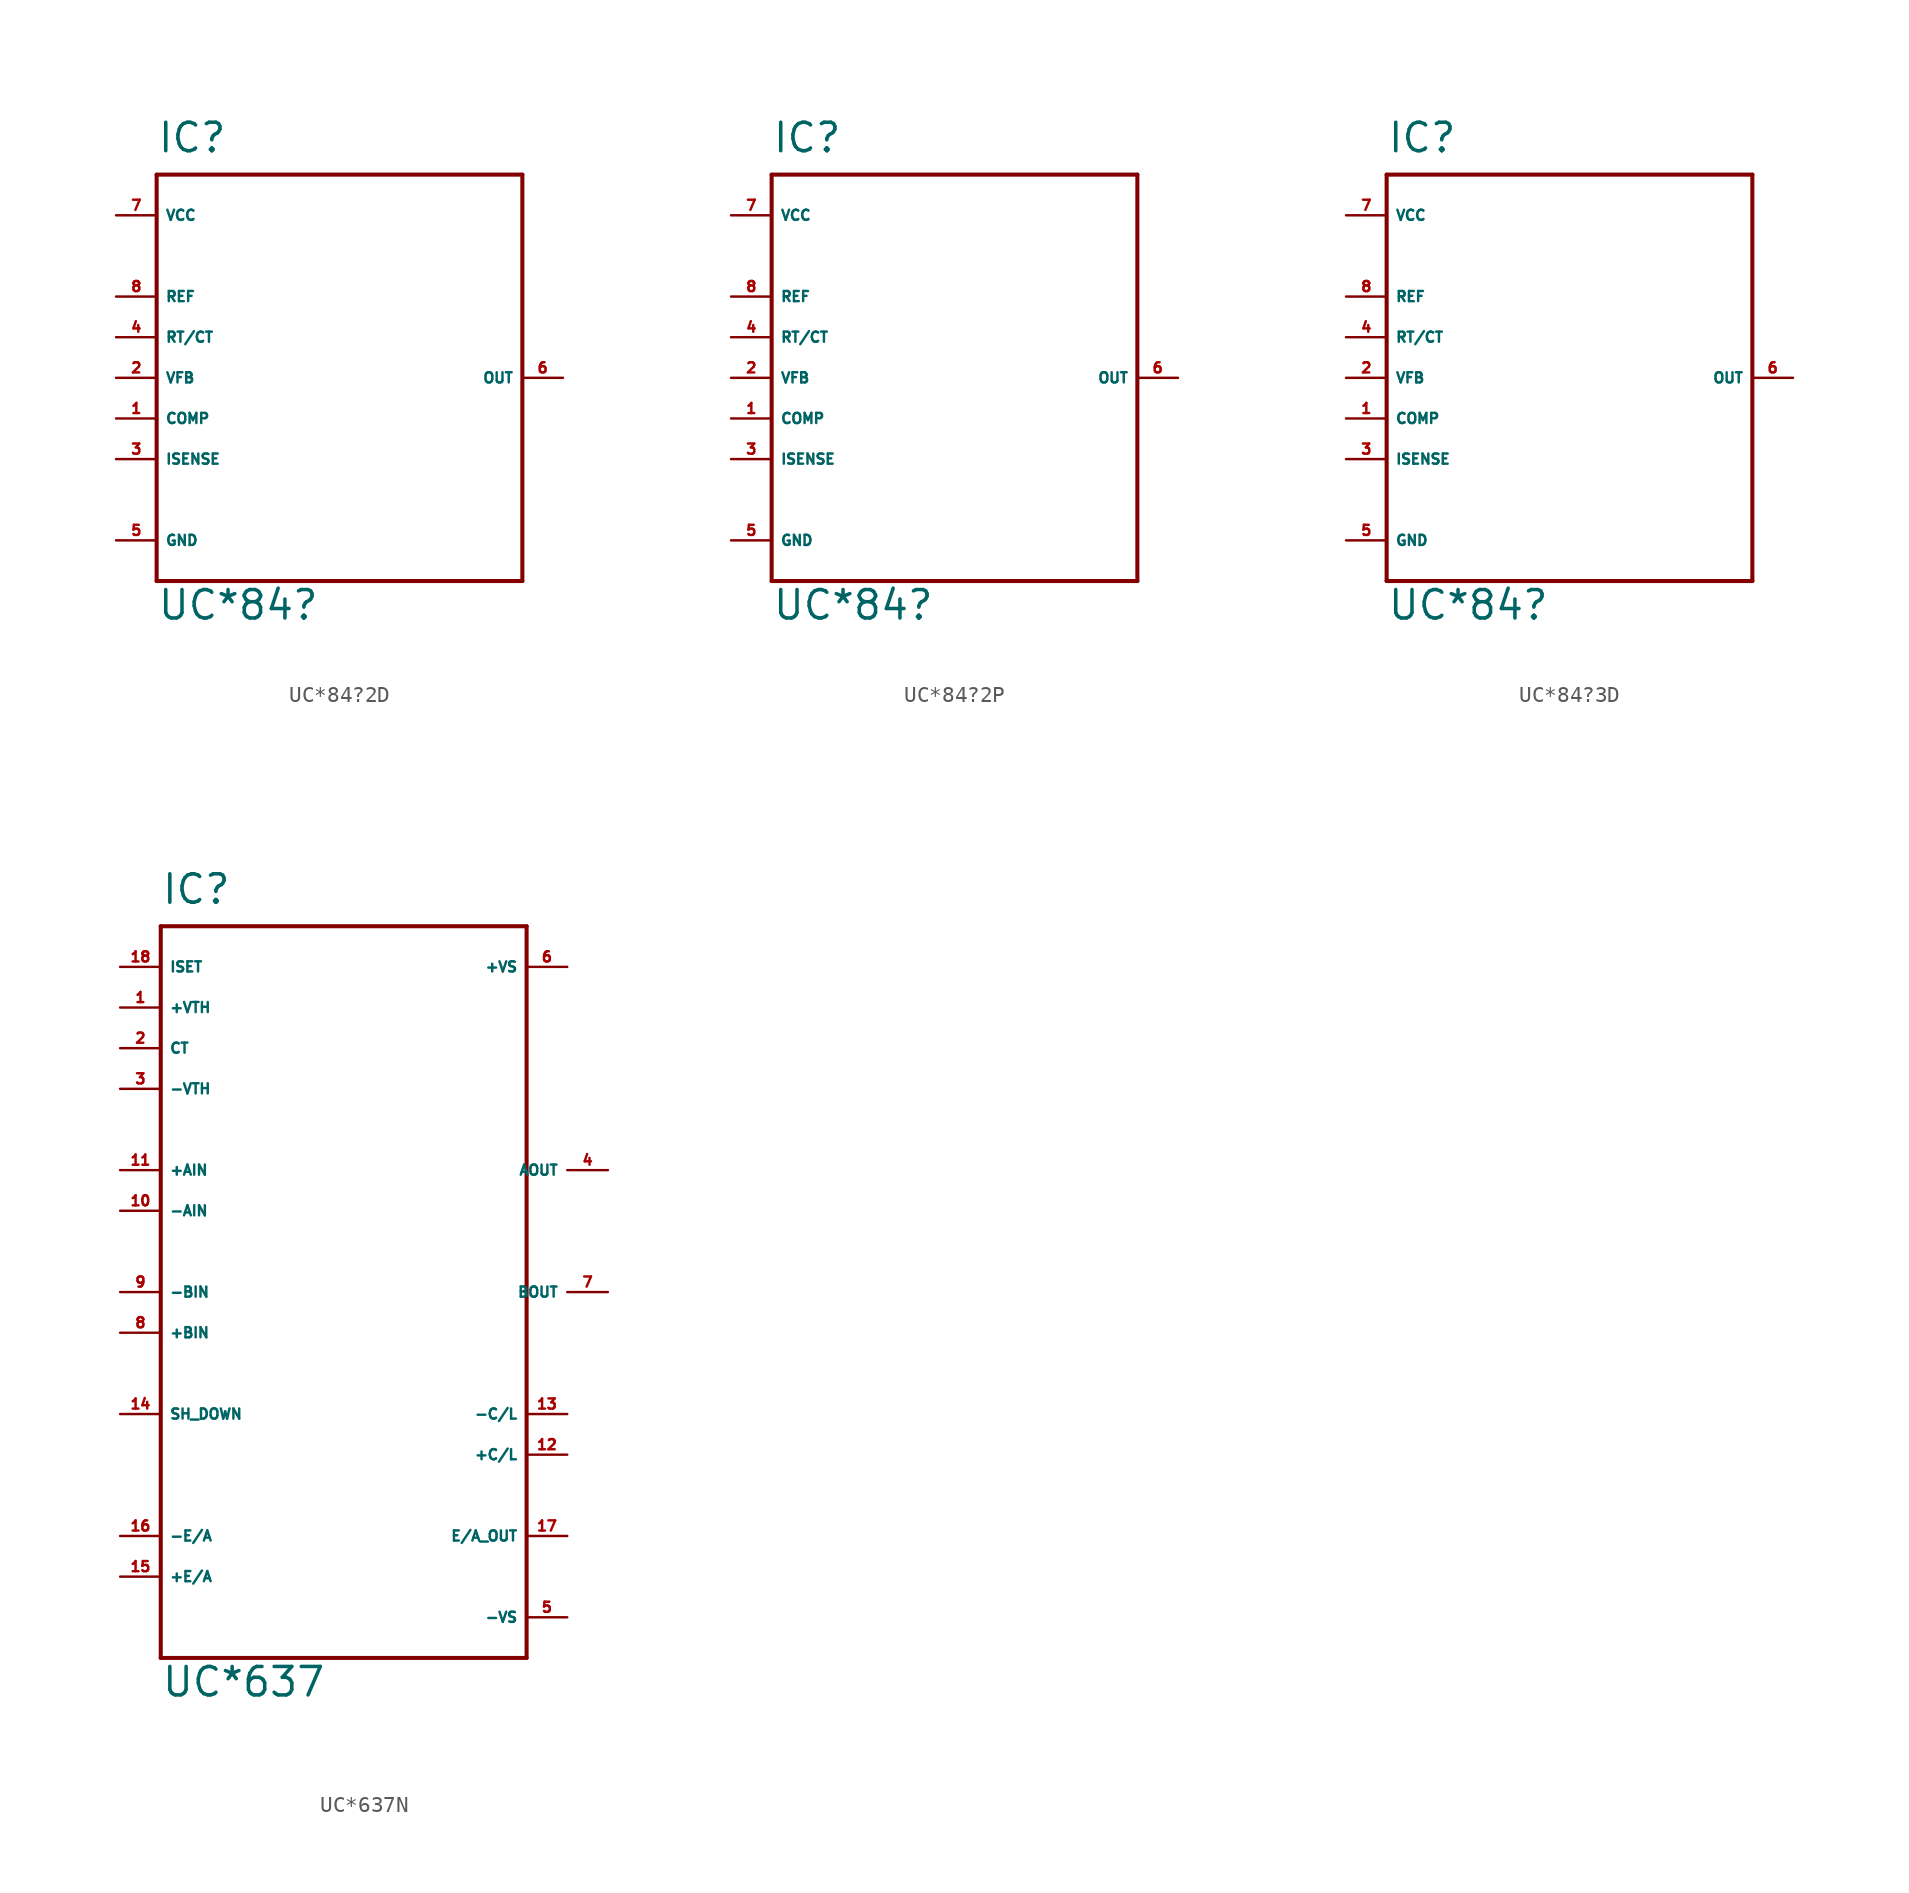
<source format=kicad_sym>
(kicad_symbol_lib
  (version 20220914)
  (generator Eagle2Kicad)
  (symbol "UC*84?2D"
    (property "Reference" "IC"
      (at -10.16 13.97 0)
      (effects (font (size 1.778 1.778) (thickness 0.22)) (justify left bottom)))
    (property "Value" "UC*84?"
      (at -10.16 -15.24 0)
      (effects (font (size 1.778 1.778) (thickness 0.22)) (justify left bottom)))
    (polyline
      (pts (xy -10.16 12.7) (xy 12.7 12.7))
      (stroke (width 0.254) (type default))
      (fill (type none)))
    (polyline
      (pts (xy 12.7 12.7) (xy 12.7 -12.7))
      (stroke (width 0.254) (type default))
      (fill (type none)))
    (polyline
      (pts (xy 12.7 -12.7) (xy -10.16 -12.7))
      (stroke (width 0.254) (type default))
      (fill (type none)))
    (polyline
      (pts (xy -10.16 -12.7) (xy -10.16 12.7))
      (stroke (width 0.254) (type default))
      (fill (type none)))
    (pin input line
      (at -12.7 2.54 0)
      (length 2.54)
      (name "RT/CT" (effects (font (size 0.635 0.635) (thickness 0.08)) (justify left bottom)))
      (number "4" (effects (font (size 0.635 0.635) (thickness 0.08)) (justify left bottom))))
    (pin input line
      (at -12.7 0 0)
      (length 2.54)
      (name "VFB" (effects (font (size 0.635 0.635) (thickness 0.08)) (justify left bottom)))
      (number "2" (effects (font (size 0.635 0.635) (thickness 0.08)) (justify left bottom))))
    (pin passive line
      (at -12.7 -2.54 0)
      (length 2.54)
      (name "COMP" (effects (font (size 0.635 0.635) (thickness 0.08)) (justify left bottom)))
      (number "1" (effects (font (size 0.635 0.635) (thickness 0.08)) (justify left bottom))))
    (pin input line
      (at -12.7 -5.08 0)
      (length 2.54)
      (name "ISENSE" (effects (font (size 0.635 0.635) (thickness 0.08)) (justify left bottom)))
      (number "3" (effects (font (size 0.635 0.635) (thickness 0.08)) (justify left bottom))))
    (pin output line
      (at -12.7 5.08 0)
      (length 2.54)
      (name "REF" (effects (font (size 0.635 0.635) (thickness 0.08)) (justify left bottom)))
      (number "8" (effects (font (size 0.635 0.635) (thickness 0.08)) (justify left bottom))))
    (pin output line
      (at 15.24 0 180)
      (length 2.54)
      (name "OUT" (effects (font (size 0.635 0.635) (thickness 0.08)) (justify left bottom)))
      (number "6" (effects (font (size 0.635 0.635) (thickness 0.08)) (justify left bottom))))
    (pin unspecified line
      (at -12.7 -10.16 0)
      (length 2.54)
      (name "GND" (effects (font (size 0.635 0.635) (thickness 0.08)) (justify left bottom)))
      (number "5" (effects (font (size 0.635 0.635) (thickness 0.08)) (justify left bottom))))
    (pin unspecified line
      (at -12.7 10.16 0)
      (length 2.54)
      (name "VCC" (effects (font (size 0.635 0.635) (thickness 0.08)) (justify left bottom)))
      (number "7" (effects (font (size 0.635 0.635) (thickness 0.08)) (justify left bottom)))))
  (symbol "UC*84?2P"
    (property "Reference" "IC"
      (at -10.16 13.97 0)
      (effects (font (size 1.778 1.778) (thickness 0.22)) (justify left bottom)))
    (property "Value" "UC*84?"
      (at -10.16 -15.24 0)
      (effects (font (size 1.778 1.778) (thickness 0.22)) (justify left bottom)))
    (polyline
      (pts (xy -10.16 12.7) (xy 12.7 12.7))
      (stroke (width 0.254) (type default))
      (fill (type none)))
    (polyline
      (pts (xy 12.7 12.7) (xy 12.7 -12.7))
      (stroke (width 0.254) (type default))
      (fill (type none)))
    (polyline
      (pts (xy 12.7 -12.7) (xy -10.16 -12.7))
      (stroke (width 0.254) (type default))
      (fill (type none)))
    (polyline
      (pts (xy -10.16 -12.7) (xy -10.16 12.7))
      (stroke (width 0.254) (type default))
      (fill (type none)))
    (pin input line
      (at -12.7 2.54 0)
      (length 2.54)
      (name "RT/CT" (effects (font (size 0.635 0.635) (thickness 0.08)) (justify left bottom)))
      (number "4" (effects (font (size 0.635 0.635) (thickness 0.08)) (justify left bottom))))
    (pin input line
      (at -12.7 0 0)
      (length 2.54)
      (name "VFB" (effects (font (size 0.635 0.635) (thickness 0.08)) (justify left bottom)))
      (number "2" (effects (font (size 0.635 0.635) (thickness 0.08)) (justify left bottom))))
    (pin passive line
      (at -12.7 -2.54 0)
      (length 2.54)
      (name "COMP" (effects (font (size 0.635 0.635) (thickness 0.08)) (justify left bottom)))
      (number "1" (effects (font (size 0.635 0.635) (thickness 0.08)) (justify left bottom))))
    (pin input line
      (at -12.7 -5.08 0)
      (length 2.54)
      (name "ISENSE" (effects (font (size 0.635 0.635) (thickness 0.08)) (justify left bottom)))
      (number "3" (effects (font (size 0.635 0.635) (thickness 0.08)) (justify left bottom))))
    (pin output line
      (at -12.7 5.08 0)
      (length 2.54)
      (name "REF" (effects (font (size 0.635 0.635) (thickness 0.08)) (justify left bottom)))
      (number "8" (effects (font (size 0.635 0.635) (thickness 0.08)) (justify left bottom))))
    (pin output line
      (at 15.24 0 180)
      (length 2.54)
      (name "OUT" (effects (font (size 0.635 0.635) (thickness 0.08)) (justify left bottom)))
      (number "6" (effects (font (size 0.635 0.635) (thickness 0.08)) (justify left bottom))))
    (pin unspecified line
      (at -12.7 -10.16 0)
      (length 2.54)
      (name "GND" (effects (font (size 0.635 0.635) (thickness 0.08)) (justify left bottom)))
      (number "5" (effects (font (size 0.635 0.635) (thickness 0.08)) (justify left bottom))))
    (pin unspecified line
      (at -12.7 10.16 0)
      (length 2.54)
      (name "VCC" (effects (font (size 0.635 0.635) (thickness 0.08)) (justify left bottom)))
      (number "7" (effects (font (size 0.635 0.635) (thickness 0.08)) (justify left bottom)))))
  (symbol "UC*84?3D"
    (property "Reference" "IC"
      (at -10.16 13.97 0)
      (effects (font (size 1.778 1.778) (thickness 0.22)) (justify left bottom)))
    (property "Value" "UC*84?"
      (at -10.16 -15.24 0)
      (effects (font (size 1.778 1.778) (thickness 0.22)) (justify left bottom)))
    (polyline
      (pts (xy -10.16 12.7) (xy 12.7 12.7))
      (stroke (width 0.254) (type default))
      (fill (type none)))
    (polyline
      (pts (xy 12.7 12.7) (xy 12.7 -12.7))
      (stroke (width 0.254) (type default))
      (fill (type none)))
    (polyline
      (pts (xy 12.7 -12.7) (xy -10.16 -12.7))
      (stroke (width 0.254) (type default))
      (fill (type none)))
    (polyline
      (pts (xy -10.16 -12.7) (xy -10.16 12.7))
      (stroke (width 0.254) (type default))
      (fill (type none)))
    (pin input line
      (at -12.7 2.54 0)
      (length 2.54)
      (name "RT/CT" (effects (font (size 0.635 0.635) (thickness 0.08)) (justify left bottom)))
      (number "4" (effects (font (size 0.635 0.635) (thickness 0.08)) (justify left bottom))))
    (pin input line
      (at -12.7 0 0)
      (length 2.54)
      (name "VFB" (effects (font (size 0.635 0.635) (thickness 0.08)) (justify left bottom)))
      (number "2" (effects (font (size 0.635 0.635) (thickness 0.08)) (justify left bottom))))
    (pin passive line
      (at -12.7 -2.54 0)
      (length 2.54)
      (name "COMP" (effects (font (size 0.635 0.635) (thickness 0.08)) (justify left bottom)))
      (number "1" (effects (font (size 0.635 0.635) (thickness 0.08)) (justify left bottom))))
    (pin input line
      (at -12.7 -5.08 0)
      (length 2.54)
      (name "ISENSE" (effects (font (size 0.635 0.635) (thickness 0.08)) (justify left bottom)))
      (number "3" (effects (font (size 0.635 0.635) (thickness 0.08)) (justify left bottom))))
    (pin output line
      (at -12.7 5.08 0)
      (length 2.54)
      (name "REF" (effects (font (size 0.635 0.635) (thickness 0.08)) (justify left bottom)))
      (number "8" (effects (font (size 0.635 0.635) (thickness 0.08)) (justify left bottom))))
    (pin output line
      (at 15.24 0 180)
      (length 2.54)
      (name "OUT" (effects (font (size 0.635 0.635) (thickness 0.08)) (justify left bottom)))
      (number "6" (effects (font (size 0.635 0.635) (thickness 0.08)) (justify left bottom))))
    (pin unspecified line
      (at -12.7 -10.16 0)
      (length 2.54)
      (name "GND" (effects (font (size 0.635 0.635) (thickness 0.08)) (justify left bottom)))
      (number "5" (effects (font (size 0.635 0.635) (thickness 0.08)) (justify left bottom))))
    (pin unspecified line
      (at -12.7 10.16 0)
      (length 2.54)
      (name "VCC" (effects (font (size 0.635 0.635) (thickness 0.08)) (justify left bottom)))
      (number "7" (effects (font (size 0.635 0.635) (thickness 0.08)) (justify left bottom)))))
  (symbol "UC*637N"
    (property "Reference" "IC"
      (at -10.16 21.59 0)
      (effects (font (size 1.778 1.778) (thickness 0.22)) (justify left bottom)))
    (property "Value" "UC*637"
      (at -10.16 -27.94 0)
      (effects (font (size 1.778 1.778) (thickness 0.22)) (justify left bottom)))
    (polyline
      (pts (xy -10.16 20.32) (xy 12.7 20.32))
      (stroke (width 0.254) (type default))
      (fill (type none)))
    (polyline
      (pts (xy 12.7 20.32) (xy 12.7 -25.4))
      (stroke (width 0.254) (type default))
      (fill (type none)))
    (polyline
      (pts (xy 12.7 -25.4) (xy -10.16 -25.4))
      (stroke (width 0.254) (type default))
      (fill (type none)))
    (polyline
      (pts (xy -10.16 -25.4) (xy -10.16 20.32))
      (stroke (width 0.254) (type default))
      (fill (type none)))
    (pin input line
      (at 15.24 17.78 180)
      (length 2.54)
      (name "+VS" (effects (font (size 0.635 0.635) (thickness 0.08)) (justify left bottom)))
      (number "6" (effects (font (size 0.635 0.635) (thickness 0.08)) (justify left bottom))))
    (pin input line
      (at -12.7 5.08 0)
      (length 2.54)
      (name "+AIN" (effects (font (size 0.635 0.635) (thickness 0.08)) (justify left bottom)))
      (number "11" (effects (font (size 0.635 0.635) (thickness 0.08)) (justify left bottom))))
    (pin input line
      (at -12.7 2.54 0)
      (length 2.54)
      (name "-AIN" (effects (font (size 0.635 0.635) (thickness 0.08)) (justify left bottom)))
      (number "10" (effects (font (size 0.635 0.635) (thickness 0.08)) (justify left bottom))))
    (pin input line
      (at -12.7 17.78 0)
      (length 2.54)
      (name "ISET" (effects (font (size 0.635 0.635) (thickness 0.08)) (justify left bottom)))
      (number "18" (effects (font (size 0.635 0.635) (thickness 0.08)) (justify left bottom))))
    (pin input line
      (at -12.7 15.24 0)
      (length 2.54)
      (name "+VTH" (effects (font (size 0.635 0.635) (thickness 0.08)) (justify left bottom)))
      (number "1" (effects (font (size 0.635 0.635) (thickness 0.08)) (justify left bottom))))
    (pin passive line
      (at -12.7 12.7 0)
      (length 2.54)
      (name "CT" (effects (font (size 0.635 0.635) (thickness 0.08)) (justify left bottom)))
      (number "2" (effects (font (size 0.635 0.635) (thickness 0.08)) (justify left bottom))))
    (pin input line
      (at -12.7 10.16 0)
      (length 2.54)
      (name "-VTH" (effects (font (size 0.635 0.635) (thickness 0.08)) (justify left bottom)))
      (number "3" (effects (font (size 0.635 0.635) (thickness 0.08)) (justify left bottom))))
    (pin input line
      (at -12.7 -17.78 0)
      (length 2.54)
      (name "-E/A" (effects (font (size 0.635 0.635) (thickness 0.08)) (justify left bottom)))
      (number "16" (effects (font (size 0.635 0.635) (thickness 0.08)) (justify left bottom))))
    (pin input line
      (at -12.7 -20.32 0)
      (length 2.54)
      (name "+E/A" (effects (font (size 0.635 0.635) (thickness 0.08)) (justify left bottom)))
      (number "15" (effects (font (size 0.635 0.635) (thickness 0.08)) (justify left bottom))))
    (pin input line
      (at 15.24 -22.86 180)
      (length 2.54)
      (name "-VS" (effects (font (size 0.635 0.635) (thickness 0.08)) (justify left bottom)))
      (number "5" (effects (font (size 0.635 0.635) (thickness 0.08)) (justify left bottom))))
    (pin output line
      (at 15.24 -17.78 180)
      (length 2.54)
      (name "E/A_OUT" (effects (font (size 0.635 0.635) (thickness 0.08)) (justify left bottom)))
      (number "17" (effects (font (size 0.635 0.635) (thickness 0.08)) (justify left bottom))))
    (pin output line
      (at 17.78 5.08 180)
      (length 2.54)
      (name "AOUT" (effects (font (size 0.635 0.635) (thickness 0.08)) (justify left bottom)))
      (number "4" (effects (font (size 0.635 0.635) (thickness 0.08)) (justify left bottom))))
    (pin output line
      (at 17.78 -2.54 180)
      (length 2.54)
      (name "BOUT" (effects (font (size 0.635 0.635) (thickness 0.08)) (justify left bottom)))
      (number "7" (effects (font (size 0.635 0.635) (thickness 0.08)) (justify left bottom))))
    (pin input line
      (at -12.7 -5.08 0)
      (length 2.54)
      (name "+BIN" (effects (font (size 0.635 0.635) (thickness 0.08)) (justify left bottom)))
      (number "8" (effects (font (size 0.635 0.635) (thickness 0.08)) (justify left bottom))))
    (pin input line
      (at -12.7 -2.54 0)
      (length 2.54)
      (name "-BIN" (effects (font (size 0.635 0.635) (thickness 0.08)) (justify left bottom)))
      (number "9" (effects (font (size 0.635 0.635) (thickness 0.08)) (justify left bottom))))
    (pin input line
      (at -12.7 -10.16 0)
      (length 2.54)
      (name "SH_DOWN" (effects (font (size 0.635 0.635) (thickness 0.08)) (justify left bottom)))
      (number "14" (effects (font (size 0.635 0.635) (thickness 0.08)) (justify left bottom))))
    (pin input line
      (at 15.24 -10.16 180)
      (length 2.54)
      (name "-C/L" (effects (font (size 0.635 0.635) (thickness 0.08)) (justify left bottom)))
      (number "13" (effects (font (size 0.635 0.635) (thickness 0.08)) (justify left bottom))))
    (pin input line
      (at 15.24 -12.7 180)
      (length 2.54)
      (name "+C/L" (effects (font (size 0.635 0.635) (thickness 0.08)) (justify left bottom)))
      (number "12" (effects (font (size 0.635 0.635) (thickness 0.08)) (justify left bottom))))))
</source>
